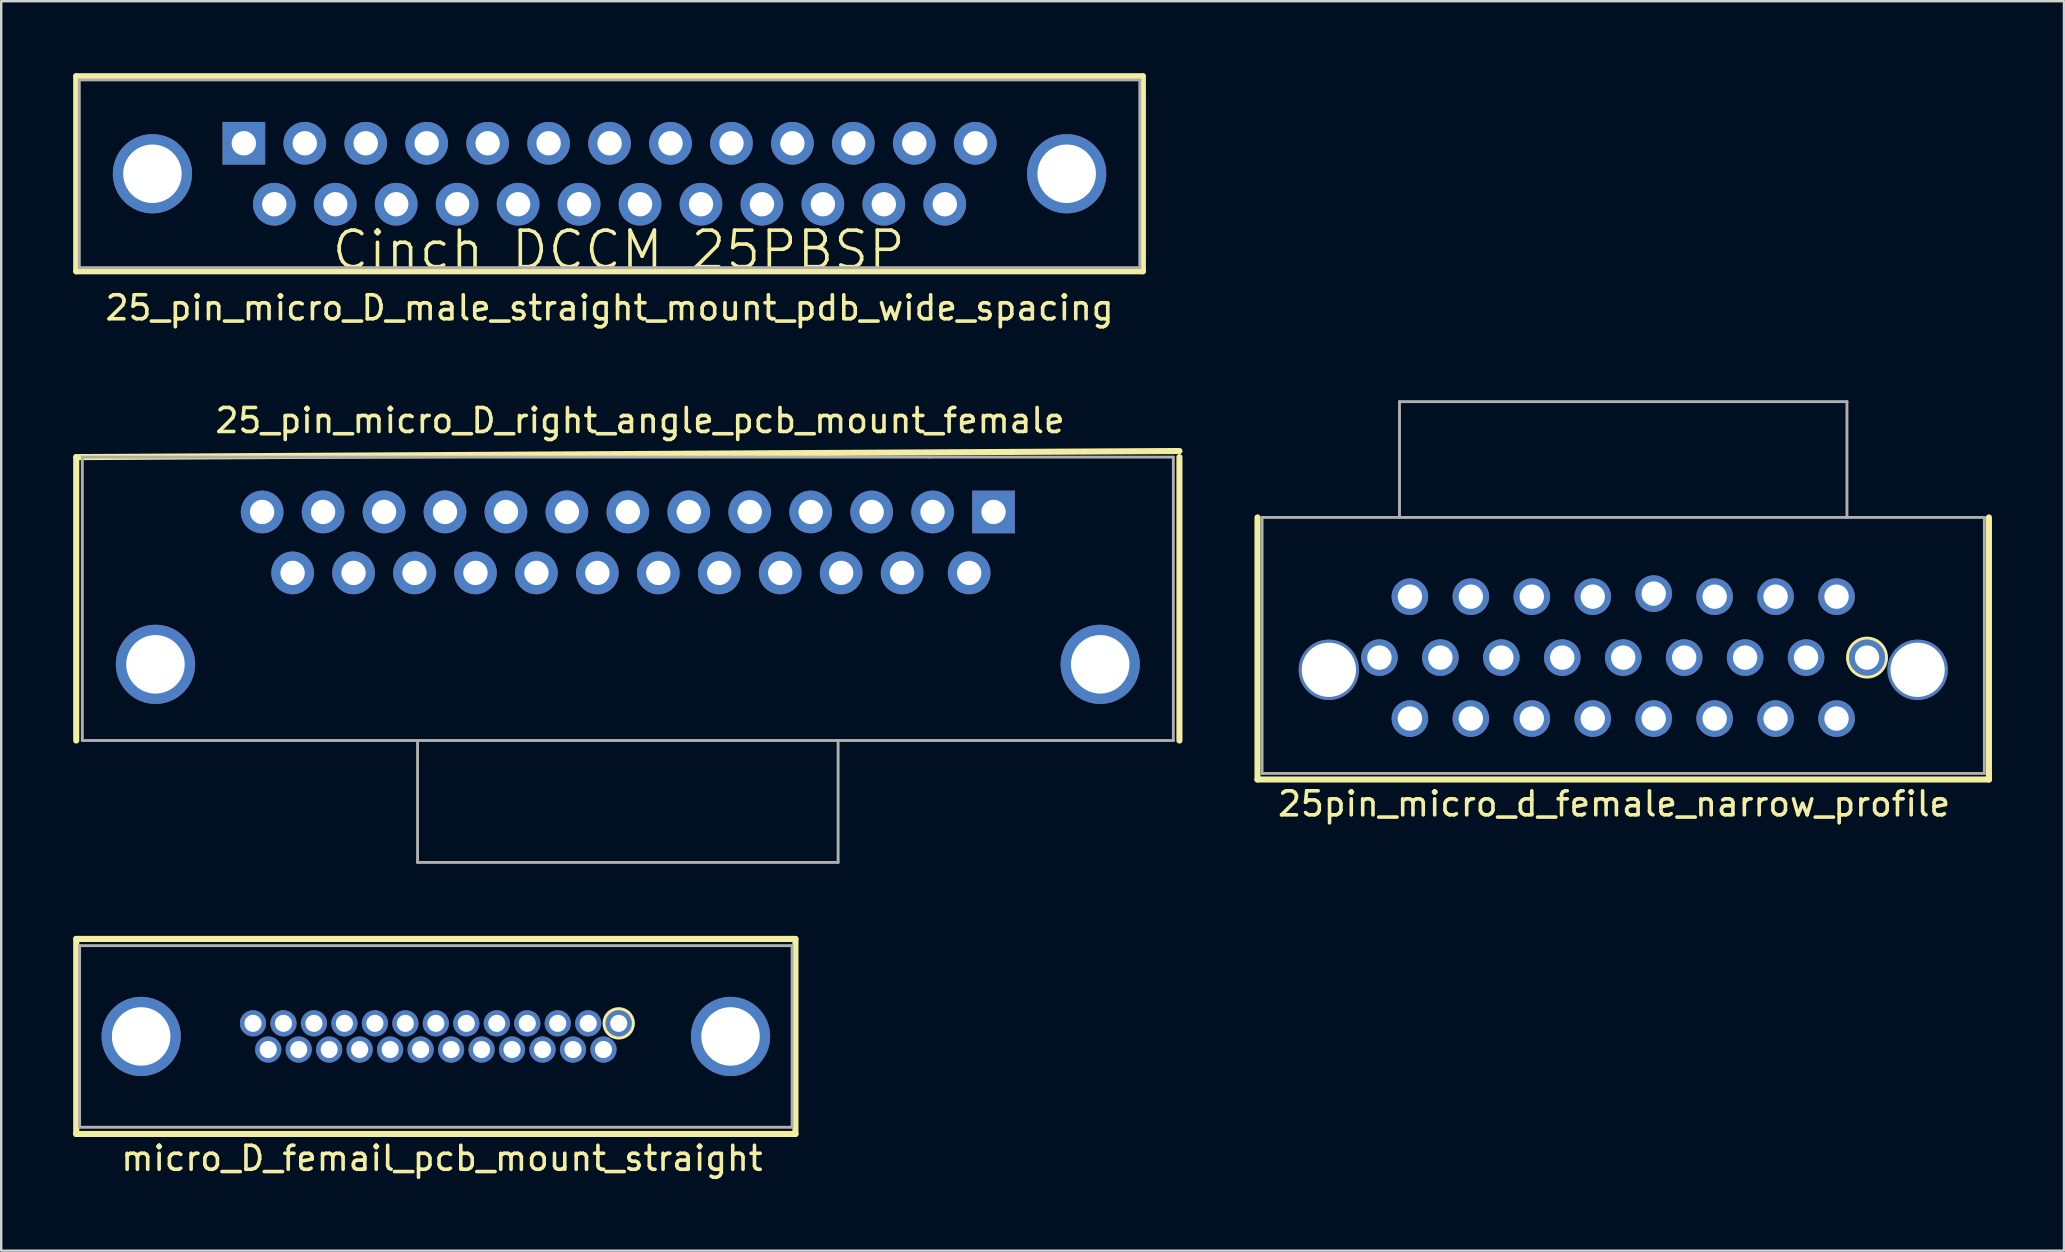
<source format=kicad_pcb>
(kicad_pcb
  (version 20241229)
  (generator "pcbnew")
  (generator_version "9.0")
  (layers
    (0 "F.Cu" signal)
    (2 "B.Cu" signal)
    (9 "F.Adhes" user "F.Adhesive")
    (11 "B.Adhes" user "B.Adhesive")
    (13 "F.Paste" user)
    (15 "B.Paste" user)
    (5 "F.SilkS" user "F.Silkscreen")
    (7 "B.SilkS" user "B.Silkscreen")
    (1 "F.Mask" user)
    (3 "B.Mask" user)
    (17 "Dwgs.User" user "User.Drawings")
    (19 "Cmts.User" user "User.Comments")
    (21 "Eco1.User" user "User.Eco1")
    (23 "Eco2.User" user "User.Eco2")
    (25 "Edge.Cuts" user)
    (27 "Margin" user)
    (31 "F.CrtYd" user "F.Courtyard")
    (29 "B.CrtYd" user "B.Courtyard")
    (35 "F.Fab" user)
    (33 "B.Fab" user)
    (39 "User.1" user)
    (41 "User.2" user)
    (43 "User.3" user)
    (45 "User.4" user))
  (footprint "25_pin_micro_D_male_straight_mount_pdb_wide_spacing"
    (layer "F.Cu")
    (at 22.352 4.191)
    (property "Reference" "25_pin_micro_D_male_straight_mount_pdb_wide_spacing" (at 0 5.588 0) (layer "F.SilkS") (effects (font (size 1 1) (thickness 0.15))))
    (attr through_hole)
    (fp_line (start -22.225 -4.064) (end 22.225 -4.064) (stroke (width 0.254) (type solid)) (layer "F.SilkS"))
    (fp_line (start -22.225 4.064) (end -22.225 -4.064) (stroke (width 0.254) (type solid)) (layer "F.SilkS"))
    (fp_line (start 22.225 -4.064) (end 22.225 4.064) (stroke (width 0.254) (type solid)) (layer "F.SilkS"))
    (fp_line (start 22.225 4.064) (end -22.225 4.064) (stroke (width 0.254) (type solid)) (layer "F.SilkS"))
    (fp_line (start -22.098 -3.912) (end 22.098 -3.912) (stroke (width 0.12) (type solid)) (layer "F.Fab"))
    (fp_line (start -22.098 3.912) (end -22.098 -3.912) (stroke (width 0.12) (type solid)) (layer "F.Fab"))
    (fp_line (start 22.098 -3.912) (end 22.098 3.912) (stroke (width 0.12) (type solid)) (layer "F.Fab"))
    (fp_line (start 22.098 3.912) (end -22.098 3.912) (stroke (width 0.12) (type solid)) (layer "F.Fab"))
    (fp_text user "Cinch DCCM 25PBSP" (at 0.381 3.175 0) (layer "F.SilkS") (effects (font (size 1.524 1.524) (thickness 0.15))))
    (pad "0" thru_hole circle (at -19.05 0) (size 3.302 3.302) (drill 2.438) (layers "*.Cu" "*.Mask"))
    (pad "0" thru_hole circle (at 19.05 0) (size 3.302 3.302) (drill 2.438) (layers "*.Cu" "*.Mask"))
    (pad "1" thru_hole rect (at -15.24 -1.27) (size 1.778 1.778) (drill 1.016) (layers "*.Cu" "*.Mask"))
    (pad "2" thru_hole circle (at -12.7 -1.27) (size 1.778 1.778) (drill 1.016) (layers "*.Cu" "*.Mask"))
    (pad "3" thru_hole circle (at -10.16 -1.27) (size 1.778 1.778) (drill 1.016) (layers "*.Cu" "*.Mask"))
    (pad "4" thru_hole circle (at -7.62 -1.27) (size 1.778 1.778) (drill 1.016) (layers "*.Cu" "*.Mask"))
    (pad "5" thru_hole circle (at -5.08 -1.27) (size 1.778 1.778) (drill 1.016) (layers "*.Cu" "*.Mask"))
    (pad "6" thru_hole circle (at -2.54 -1.27) (size 1.778 1.778) (drill 1.016) (layers "*.Cu" "*.Mask"))
    (pad "7" thru_hole circle (at 0 -1.27) (size 1.778 1.778) (drill 1.016) (layers "*.Cu" "*.Mask"))
    (pad "8" thru_hole circle (at 2.54 -1.27) (size 1.778 1.778) (drill 1.016) (layers "*.Cu" "*.Mask"))
    (pad "9" thru_hole circle (at 5.08 -1.27) (size 1.778 1.778) (drill 1.016) (layers "*.Cu" "*.Mask"))
    (pad "10" thru_hole circle (at 7.62 -1.27) (size 1.778 1.778) (drill 1.016) (layers "*.Cu" "*.Mask"))
    (pad "11" thru_hole circle (at 10.16 -1.27) (size 1.778 1.778) (drill 1.016) (layers "*.Cu" "*.Mask"))
    (pad "12" thru_hole circle (at 12.7 -1.27) (size 1.778 1.778) (drill 1.016) (layers "*.Cu" "*.Mask"))
    (pad "13" thru_hole circle (at 15.24 -1.27) (size 1.778 1.778) (drill 1.016) (layers "*.Cu" "*.Mask"))
    (pad "14" thru_hole circle (at -13.97 1.27) (size 1.778 1.778) (drill 1.016) (layers "*.Cu" "*.Mask"))
    (pad "15" thru_hole circle (at -11.43 1.27) (size 1.778 1.778) (drill 1.016) (layers "*.Cu" "*.Mask"))
    (pad "16" thru_hole circle (at -8.89 1.27) (size 1.778 1.778) (drill 1.016) (layers "*.Cu" "*.Mask"))
    (pad "17" thru_hole circle (at -6.35 1.27) (size 1.778 1.778) (drill 1.016) (layers "*.Cu" "*.Mask"))
    (pad "18" thru_hole circle (at -3.81 1.27) (size 1.778 1.778) (drill 1.016) (layers "*.Cu" "*.Mask"))
    (pad "19" thru_hole circle (at -1.27 1.27) (size 1.778 1.778) (drill 1.016) (layers "*.Cu" "*.Mask"))
    (pad "20" thru_hole circle (at 1.27 1.27) (size 1.778 1.778) (drill 1.016) (layers "*.Cu" "*.Mask"))
    (pad "21" thru_hole circle (at 3.81 1.27) (size 1.778 1.778) (drill 1.016) (layers "*.Cu" "*.Mask"))
    (pad "22" thru_hole circle (at 6.35 1.27) (size 1.778 1.778) (drill 1.016) (layers "*.Cu" "*.Mask"))
    (pad "23" thru_hole circle (at 8.89 1.27) (size 1.778 1.778) (drill 1.016) (layers "*.Cu" "*.Mask"))
    (pad "24" thru_hole circle (at 11.43 1.27) (size 1.778 1.778) (drill 1.016) (layers "*.Cu" "*.Mask"))
    (pad "25" thru_hole circle (at 13.97 1.27) (size 1.778 1.778) (drill 1.016) (layers "*.Cu" "*.Mask")))
  (footprint "25pin_micro_d_female_narrow_profile"
    (layer "F.Cu")
    (at 64.595 23.847)
    (property "Reference" "25pin_micro_d_female_narrow_profile" (at -0.381 6.604 0) (layer "F.SilkS") (effects (font (size 1 1) (thickness 0.15))))
    (attr through_hole)
    (fp_line (start -15.24 -5.334) (end -15.24 5.588) (stroke (width 0.254) (type solid)) (layer "F.SilkS"))
    (fp_line (start -15.24 5.588) (end 15.24 5.588) (stroke (width 0.254) (type solid)) (layer "F.SilkS"))
    (fp_line (start 15.24 5.588) (end 15.24 -5.334) (stroke (width 0.254) (type solid)) (layer "F.SilkS"))
    (fp_circle (center 10.16 0.508) (end 10.668 -0.127) (stroke (width 0.12) (type solid)) (fill no) (layer "F.SilkS"))
    (fp_line (start -15.05 -5.334) (end -15.05 5.334) (stroke (width 0.12) (type solid)) (layer "F.Fab"))
    (fp_line (start -15.05 -5.334) (end 15.05 -5.334) (stroke (width 0.12) (type solid)) (layer "F.Fab"))
    (fp_line (start -15.05 5.334) (end 15.05 5.334) (stroke (width 0.12) (type solid)) (layer "F.Fab"))
    (fp_line (start -9.324 -10.16) (end -9.324 -5.334) (stroke (width 0.12) (type solid)) (layer "F.Fab"))
    (fp_line (start -9.324 -10.16) (end 9.324 -10.16) (stroke (width 0.12) (type solid)) (layer "F.Fab"))
    (fp_line (start 9.324 -10.16) (end 9.324 -5.334) (stroke (width 0.12) (type solid)) (layer "F.Fab"))
    (fp_line (start 15.05 -5.334) (end 15.05 5.334) (stroke (width 0.12) (type solid)) (layer "F.Fab"))
    (pad "0" thru_hole circle (at -12.268 1.016) (size 2.515 2.515) (drill 2.261) (layers "*.Cu" "*.Mask"))
    (pad "0" thru_hole circle (at 12.268 1.016) (size 2.515 2.515) (drill 2.261) (layers "*.Cu" "*.Mask"))
    (pad "1" thru_hole circle (at 10.16 0.508) (size 1.524 1.524) (drill 1.016) (layers "*.Cu" "*.Mask"))
    (pad "2" thru_hole circle (at 8.89 -2.032) (size 1.524 1.524) (drill 1.016) (layers "*.Cu" "*.Mask"))
    (pad "3" thru_hole circle (at 6.35 -2.032) (size 1.524 1.524) (drill 1.016) (layers "*.Cu" "*.Mask"))
    (pad "4" thru_hole circle (at 3.81 -2.032) (size 1.524 1.524) (drill 1.016) (layers "*.Cu" "*.Mask"))
    (pad "5" thru_hole circle (at 2.54 0.508) (size 1.524 1.524) (drill 1.016) (layers "*.Cu" "*.Mask"))
    (pad "6" thru_hole circle (at 1.27 -2.159) (size 1.524 1.524) (drill 1.016) (layers "*.Cu" "*.Mask"))
    (pad "7" thru_hole circle (at 0 0.508) (size 1.524 1.524) (drill 1.016) (layers "*.Cu" "*.Mask"))
    (pad "8" thru_hole circle (at -1.27 -2.032) (size 1.524 1.524) (drill 1.016) (layers "*.Cu" "*.Mask"))
    (pad "9" thru_hole circle (at -2.54 0.508) (size 1.524 1.524) (drill 1.016) (layers "*.Cu" "*.Mask"))
    (pad "10" thru_hole circle (at -3.81 -2.032) (size 1.524 1.524) (drill 1.016) (layers "*.Cu" "*.Mask"))
    (pad "11" thru_hole circle (at -6.35 -2.032) (size 1.524 1.524) (drill 1.016) (layers "*.Cu" "*.Mask"))
    (pad "12" thru_hole circle (at -8.89 -2.032) (size 1.524 1.524) (drill 1.016) (layers "*.Cu" "*.Mask"))
    (pad "13" thru_hole circle (at -10.16 0.508) (size 1.524 1.524) (drill 1.016) (layers "*.Cu" "*.Mask"))
    (pad "14" thru_hole circle (at 8.89 3.048) (size 1.524 1.524) (drill 1.016) (layers "*.Cu" "*.Mask"))
    (pad "15" thru_hole circle (at 7.62 0.508) (size 1.524 1.524) (drill 1.016) (layers "*.Cu" "*.Mask"))
    (pad "16" thru_hole circle (at 6.35 3.048) (size 1.524 1.524) (drill 1.016) (layers "*.Cu" "*.Mask"))
    (pad "17" thru_hole circle (at 5.08 0.508) (size 1.524 1.524) (drill 1.016) (layers "*.Cu" "*.Mask"))
    (pad "18" thru_hole circle (at 3.81 3.048) (size 1.524 1.524) (drill 1.016) (layers "*.Cu" "*.Mask"))
    (pad "19" thru_hole circle (at 1.27 3.048) (size 1.524 1.524) (drill 1.016) (layers "*.Cu" "*.Mask"))
    (pad "20" thru_hole circle (at -1.27 3.048) (size 1.524 1.524) (drill 1.016) (layers "*.Cu" "*.Mask"))
    (pad "21" thru_hole circle (at -3.81 3.048) (size 1.524 1.524) (drill 1.016) (layers "*.Cu" "*.Mask"))
    (pad "22" thru_hole circle (at -5.08 0.508) (size 1.524 1.524) (drill 1.016) (layers "*.Cu" "*.Mask"))
    (pad "23" thru_hole circle (at -6.35 3.048) (size 1.524 1.524) (drill 1.016) (layers "*.Cu" "*.Mask"))
    (pad "24" thru_hole circle (at -7.62 0.508) (size 1.524 1.524) (drill 1.016) (layers "*.Cu" "*.Mask"))
    (pad "25" thru_hole circle (at -8.89 3.048) (size 1.524 1.524) (drill 1.016) (layers "*.Cu" "*.Mask")))
  (footprint "25_pin_micro_D_right_angle_pcb_mount_female"
    (layer "F.Cu")
    (at 0.381 15.999)
    (property "Reference" "25_pin_micro_D_right_angle_pcb_mount_female" (at 23.241 -1.524 0) (layer "F.SilkS") (effects (font (size 1 1) (thickness 0.15))))
    (attr through_hole)
    (fp_line (start -0.254 0) (end 45.72 -0.254) (stroke (width 0.254) (type solid)) (layer "F.SilkS"))
    (fp_line (start -0.254 11.811) (end -0.254 0) (stroke (width 0.254) (type solid)) (layer "F.SilkS"))
    (fp_line (start 45.72 11.811) (end 45.72 0) (stroke (width 0.254) (type solid)) (layer "F.SilkS"))
    (fp_line (start 0 0) (end 35.306 0) (stroke (width 0.12) (type solid)) (layer "F.Fab"))
    (fp_line (start 0 11.811) (end 0 0) (stroke (width 0.12) (type solid)) (layer "F.Fab"))
    (fp_line (start 13.97 11.811) (end 13.97 16.891) (stroke (width 0.12) (type solid)) (layer "F.Fab"))
    (fp_line (start 13.97 16.891) (end 31.496 16.891) (stroke (width 0.12) (type solid)) (layer "F.Fab"))
    (fp_line (start 31.496 16.891) (end 31.496 11.811) (stroke (width 0.12) (type solid)) (layer "F.Fab"))
    (fp_line (start 35.306 0) (end 45.466 0) (stroke (width 0.12) (type solid)) (layer "F.Fab"))
    (fp_line (start 45.466 0) (end 45.466 11.811) (stroke (width 0.12) (type solid)) (layer "F.Fab"))
    (fp_line (start 45.466 11.811) (end 0 11.811) (stroke (width 0.12) (type solid)) (layer "F.Fab"))
    (pad "0" thru_hole circle (at 3.048 8.636) (size 3.302 3.302) (drill 2.438) (layers "*.Cu" "*.Mask"))
    (pad "0" thru_hole circle (at 42.418 8.636) (size 3.302 3.302) (drill 2.438) (layers "*.Cu" "*.Mask"))
    (pad "1" thru_hole rect (at 37.973 2.286) (size 1.778 1.778) (drill 1.016) (layers "*.Cu" "*.Mask"))
    (pad "2" thru_hole circle (at 35.433 2.286) (size 1.778 1.778) (drill 1.016) (layers "*.Cu" "*.Mask"))
    (pad "3" thru_hole circle (at 32.893 2.286) (size 1.778 1.778) (drill 1.016) (layers "*.Cu" "*.Mask"))
    (pad "4" thru_hole circle (at 30.353 2.286) (size 1.778 1.778) (drill 1.016) (layers "*.Cu" "*.Mask"))
    (pad "5" thru_hole circle (at 27.813 2.286) (size 1.778 1.778) (drill 1.016) (layers "*.Cu" "*.Mask"))
    (pad "6" thru_hole circle (at 25.273 2.286) (size 1.778 1.778) (drill 1.016) (layers "*.Cu" "*.Mask"))
    (pad "7" thru_hole circle (at 22.733 2.286) (size 1.778 1.778) (drill 1.016) (layers "*.Cu" "*.Mask"))
    (pad "8" thru_hole circle (at 20.193 2.286) (size 1.778 1.778) (drill 1.016) (layers "*.Cu" "*.Mask"))
    (pad "9" thru_hole circle (at 17.653 2.286) (size 1.778 1.778) (drill 1.016) (layers "*.Cu" "*.Mask"))
    (pad "10" thru_hole circle (at 15.113 2.286) (size 1.778 1.778) (drill 1.016) (layers "*.Cu" "*.Mask"))
    (pad "11" thru_hole circle (at 12.573 2.286) (size 1.778 1.778) (drill 1.016) (layers "*.Cu" "*.Mask"))
    (pad "12" thru_hole circle (at 10.033 2.286) (size 1.778 1.778) (drill 1.016) (layers "*.Cu" "*.Mask"))
    (pad "13" thru_hole circle (at 7.493 2.286) (size 1.778 1.778) (drill 1.016) (layers "*.Cu" "*.Mask"))
    (pad "14" thru_hole circle (at 8.763 4.826) (size 1.778 1.778) (drill 1.016) (layers "*.Cu" "*.Mask"))
    (pad "15" thru_hole circle (at 11.303 4.826) (size 1.778 1.778) (drill 1.016) (layers "*.Cu" "*.Mask"))
    (pad "16" thru_hole circle (at 13.843 4.826) (size 1.778 1.778) (drill 1.016) (layers "*.Cu" "*.Mask"))
    (pad "17" thru_hole circle (at 16.383 4.826) (size 1.778 1.778) (drill 1.016) (layers "*.Cu" "*.Mask"))
    (pad "18" thru_hole circle (at 18.923 4.826) (size 1.778 1.778) (drill 1.016) (layers "*.Cu" "*.Mask"))
    (pad "19" thru_hole circle (at 21.463 4.826) (size 1.778 1.778) (drill 1.016) (layers "*.Cu" "*.Mask"))
    (pad "20" thru_hole circle (at 24.003 4.826) (size 1.778 1.778) (drill 1.016) (layers "*.Cu" "*.Mask"))
    (pad "21" thru_hole circle (at 26.543 4.826) (size 1.778 1.778) (drill 1.016) (layers "*.Cu" "*.Mask"))
    (pad "22" thru_hole circle (at 29.083 4.826) (size 1.778 1.778) (drill 1.016) (layers "*.Cu" "*.Mask"))
    (pad "23" thru_hole circle (at 31.623 4.826) (size 1.778 1.778) (drill 1.016) (layers "*.Cu" "*.Mask"))
    (pad "24" thru_hole circle (at 34.163 4.826) (size 1.778 1.778) (drill 1.016) (layers "*.Cu" "*.Mask"))
    (pad "25" thru_hole circle (at 36.957 4.826) (size 1.778 1.778) (drill 1.016) (layers "*.Cu" "*.Mask")))
  (footprint "micro_D_femail_pcb_mount_straight"
    (layer "F.Cu")
    (at 15.113 40.142)
    (property "Reference" "micro_D_femail_pcb_mount_straight" (at 0.254 5.08 0) (layer "F.SilkS") (effects (font (size 1 1) (thickness 0.15))))
    (attr through_hole)
    (fp_line (start -14.986 -4.064) (end 14.986 -4.064) (stroke (width 0.254) (type solid)) (layer "F.SilkS"))
    (fp_line (start -14.986 4.064) (end -14.986 -4.064) (stroke (width 0.254) (type solid)) (layer "F.SilkS"))
    (fp_line (start 14.986 -4.064) (end 14.986 4.064) (stroke (width 0.254) (type solid)) (layer "F.SilkS"))
    (fp_line (start 14.986 4.064) (end -14.986 4.064) (stroke (width 0.254) (type solid)) (layer "F.SilkS"))
    (fp_circle (center 7.62 -0.546) (end 8.23 -0.546) (stroke (width 0.127) (type solid)) (fill no) (layer "F.SilkS"))
    (fp_line (start -14.846 -3.785) (end 14.846 -3.785) (stroke (width 0.12) (type solid)) (layer "F.Fab"))
    (fp_line (start -14.846 3.785) (end -14.846 -3.785) (stroke (width 0.12) (type solid)) (layer "F.Fab"))
    (fp_line (start 14.846 -3.785) (end 14.846 3.785) (stroke (width 0.12) (type solid)) (layer "F.Fab"))
    (fp_line (start 14.846 3.785) (end -14.846 3.785) (stroke (width 0.12) (type solid)) (layer "F.Fab"))
    (pad "0" thru_hole circle (at -12.281 0) (size 3.302 3.302) (drill 2.438) (layers "*.Cu" "*.Mask"))
    (pad "0" thru_hole circle (at 12.281 0) (size 3.302 3.302) (drill 2.438) (layers "*.Cu" "*.Mask"))
    (pad "1" thru_hole circle (at 7.62 -0.546) (size 1.092 1.092) (drill 0.711) (layers "*.Cu" "*.Mask"))
    (pad "2" thru_hole circle (at 6.35 -0.546) (size 1.092 1.092) (drill 0.711) (layers "*.Cu" "*.Mask"))
    (pad "3" thru_hole circle (at 5.08 -0.546) (size 1.092 1.092) (drill 0.711) (layers "*.Cu" "*.Mask"))
    (pad "4" thru_hole circle (at 3.81 -0.546) (size 1.092 1.092) (drill 0.711) (layers "*.Cu" "*.Mask"))
    (pad "5" thru_hole circle (at 2.54 -0.546) (size 1.092 1.092) (drill 0.711) (layers "*.Cu" "*.Mask"))
    (pad "6" thru_hole circle (at 1.27 -0.546) (size 1.092 1.092) (drill 0.711) (layers "*.Cu" "*.Mask"))
    (pad "7" thru_hole circle (at 0 -0.546) (size 1.092 1.092) (drill 0.711) (layers "*.Cu" "*.Mask"))
    (pad "8" thru_hole circle (at -1.27 -0.546) (size 1.092 1.092) (drill 0.711) (layers "*.Cu" "*.Mask"))
    (pad "9" thru_hole circle (at -2.54 -0.546) (size 1.092 1.092) (drill 0.711) (layers "*.Cu" "*.Mask"))
    (pad "10" thru_hole circle (at -3.81 -0.546) (size 1.092 1.092) (drill 0.711) (layers "*.Cu" "*.Mask"))
    (pad "11" thru_hole circle (at -5.08 -0.546) (size 1.092 1.092) (drill 0.711) (layers "*.Cu" "*.Mask"))
    (pad "12" thru_hole circle (at -6.35 -0.546) (size 1.092 1.092) (drill 0.711) (layers "*.Cu" "*.Mask"))
    (pad "13" thru_hole circle (at -7.62 -0.546) (size 1.092 1.092) (drill 0.711) (layers "*.Cu" "*.Mask"))
    (pad "14" thru_hole circle (at 6.985 0.546) (size 1.092 1.092) (drill 0.711) (layers "*.Cu" "*.Mask"))
    (pad "15" thru_hole circle (at 5.715 0.546) (size 1.092 1.092) (drill 0.711) (layers "*.Cu" "*.Mask"))
    (pad "16" thru_hole circle (at 4.445 0.546) (size 1.092 1.092) (drill 0.711) (layers "*.Cu" "*.Mask"))
    (pad "17" thru_hole circle (at 3.175 0.546) (size 1.092 1.092) (drill 0.711) (layers "*.Cu" "*.Mask"))
    (pad "18" thru_hole circle (at 1.905 0.546) (size 1.092 1.092) (drill 0.711) (layers "*.Cu" "*.Mask"))
    (pad "19" thru_hole circle (at 0.635 0.546) (size 1.092 1.092) (drill 0.711) (layers "*.Cu" "*.Mask"))
    (pad "20" thru_hole circle (at -0.635 0.546) (size 1.092 1.092) (drill 0.711) (layers "*.Cu" "*.Mask"))
    (pad "21" thru_hole circle (at -1.905 0.546) (size 1.092 1.092) (drill 0.711) (layers "*.Cu" "*.Mask"))
    (pad "22" thru_hole circle (at -3.175 0.546) (size 1.092 1.092) (drill 0.711) (layers "*.Cu" "*.Mask"))
    (pad "23" thru_hole circle (at -4.445 0.546) (size 1.092 1.092) (drill 0.711) (layers "*.Cu" "*.Mask"))
    (pad "24" thru_hole circle (at -5.715 0.546) (size 1.092 1.092) (drill 0.711) (layers "*.Cu" "*.Mask"))
    (pad "25" thru_hole circle (at -6.985 0.546) (size 1.092 1.092) (drill 0.711) (layers "*.Cu" "*.Mask")))
  (gr_rect
    (start -3 -3)
    (end 82.962 49.07)
    (stroke (width 0.1) (type default))
    (fill no)
    (layer "Edge.Cuts")))
</source>
